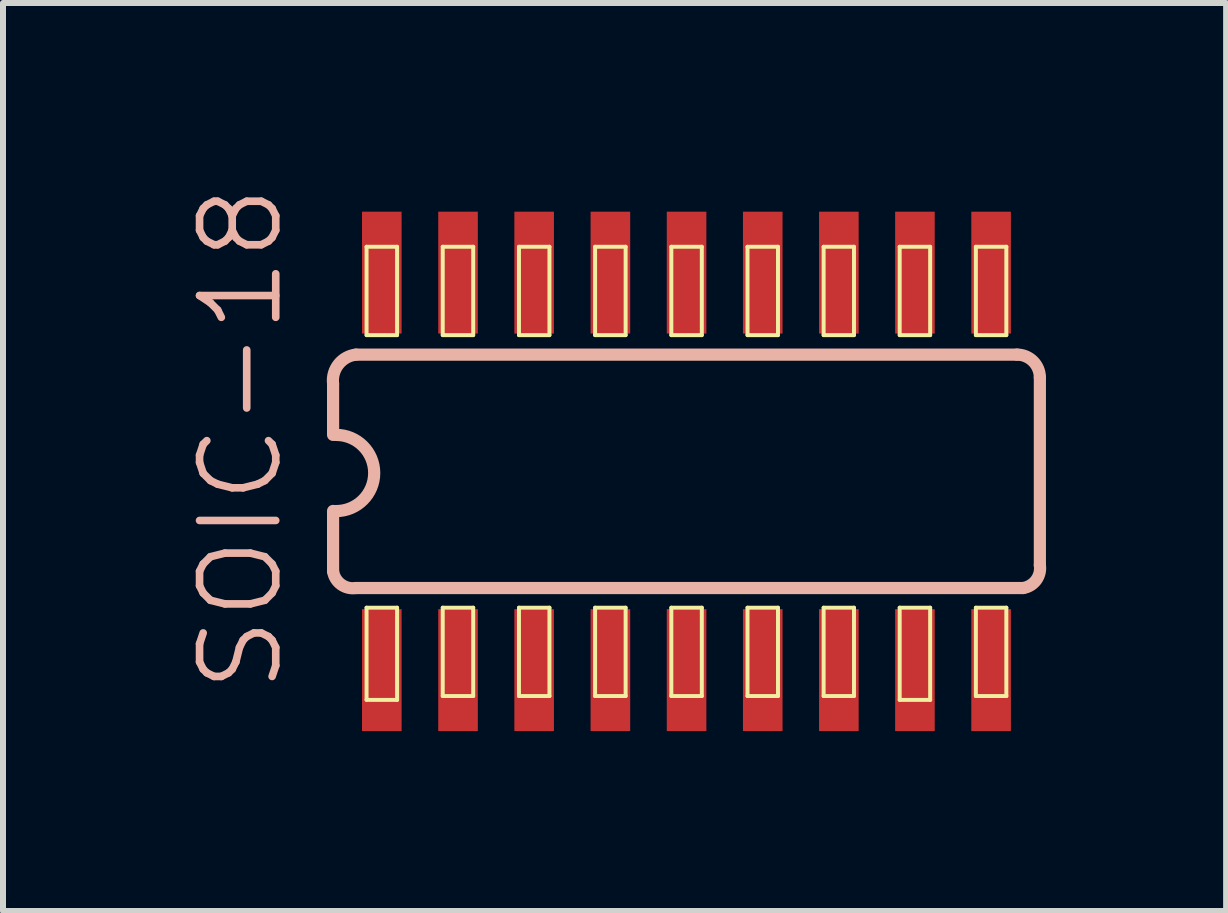
<source format=kicad_pcb>
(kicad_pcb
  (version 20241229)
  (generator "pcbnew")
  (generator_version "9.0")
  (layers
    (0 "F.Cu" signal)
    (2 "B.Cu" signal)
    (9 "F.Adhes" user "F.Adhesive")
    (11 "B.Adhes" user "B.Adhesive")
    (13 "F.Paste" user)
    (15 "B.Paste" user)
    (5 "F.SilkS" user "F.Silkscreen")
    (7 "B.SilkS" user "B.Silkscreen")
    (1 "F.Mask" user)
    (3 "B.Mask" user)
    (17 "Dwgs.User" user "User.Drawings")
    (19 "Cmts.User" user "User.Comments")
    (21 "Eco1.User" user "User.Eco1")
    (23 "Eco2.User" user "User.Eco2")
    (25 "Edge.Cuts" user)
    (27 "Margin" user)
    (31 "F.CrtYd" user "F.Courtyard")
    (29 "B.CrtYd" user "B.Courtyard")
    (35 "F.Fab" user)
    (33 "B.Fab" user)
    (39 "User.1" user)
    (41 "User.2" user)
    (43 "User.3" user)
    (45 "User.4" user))
  (footprint "SOIC-18"
    (layer "F.Cu")
    (at 10.999 4.838)
    (property "Reference" "SOIC-18" (at -10.033 -0.572 90) (layer "B.SilkS") (effects (font (size 1.27 1.27) (thickness 0.127))))
    (attr smd)
    (fp_line (start -7.938 -3.774) (end -7.429 -3.774) (stroke (width 0.066) (type solid)) (layer "F.SilkS"))
    (fp_line (start -7.938 -2.301) (end -7.938 -3.774) (stroke (width 0.066) (type solid)) (layer "F.SilkS"))
    (fp_line (start -7.938 -2.301) (end -7.429 -2.301) (stroke (width 0.066) (type solid)) (layer "F.SilkS"))
    (fp_line (start -7.938 2.243) (end -7.429 2.243) (stroke (width 0.066) (type solid)) (layer "F.SilkS"))
    (fp_line (start -7.938 3.78) (end -7.938 2.243) (stroke (width 0.066) (type solid)) (layer "F.SilkS"))
    (fp_line (start -7.938 3.78) (end -7.429 3.78) (stroke (width 0.066) (type solid)) (layer "F.SilkS"))
    (fp_line (start -7.429 -2.301) (end -7.429 -3.774) (stroke (width 0.066) (type solid)) (layer "F.SilkS"))
    (fp_line (start -7.429 3.78) (end -7.429 2.243) (stroke (width 0.066) (type solid)) (layer "F.SilkS"))
    (fp_line (start -6.668 -3.774) (end -6.16 -3.774) (stroke (width 0.066) (type solid)) (layer "F.SilkS"))
    (fp_line (start -6.668 -2.301) (end -6.668 -3.774) (stroke (width 0.066) (type solid)) (layer "F.SilkS"))
    (fp_line (start -6.668 -2.301) (end -6.16 -2.301) (stroke (width 0.066) (type solid)) (layer "F.SilkS"))
    (fp_line (start -6.668 2.243) (end -6.16 2.243) (stroke (width 0.066) (type solid)) (layer "F.SilkS"))
    (fp_line (start -6.668 3.716) (end -6.668 2.243) (stroke (width 0.066) (type solid)) (layer "F.SilkS"))
    (fp_line (start -6.668 3.716) (end -6.16 3.716) (stroke (width 0.066) (type solid)) (layer "F.SilkS"))
    (fp_line (start -6.16 -2.301) (end -6.16 -3.774) (stroke (width 0.066) (type solid)) (layer "F.SilkS"))
    (fp_line (start -6.16 3.716) (end -6.16 2.243) (stroke (width 0.066) (type solid)) (layer "F.SilkS"))
    (fp_line (start -5.397 -3.774) (end -4.889 -3.774) (stroke (width 0.066) (type solid)) (layer "F.SilkS"))
    (fp_line (start -5.397 -2.301) (end -5.397 -3.774) (stroke (width 0.066) (type solid)) (layer "F.SilkS"))
    (fp_line (start -5.397 -2.301) (end -4.889 -2.301) (stroke (width 0.066) (type solid)) (layer "F.SilkS"))
    (fp_line (start -5.397 2.243) (end -4.889 2.243) (stroke (width 0.066) (type solid)) (layer "F.SilkS"))
    (fp_line (start -5.397 3.716) (end -5.397 2.243) (stroke (width 0.066) (type solid)) (layer "F.SilkS"))
    (fp_line (start -5.397 3.716) (end -4.889 3.716) (stroke (width 0.066) (type solid)) (layer "F.SilkS"))
    (fp_line (start -4.889 -2.301) (end -4.889 -3.774) (stroke (width 0.066) (type solid)) (layer "F.SilkS"))
    (fp_line (start -4.889 3.716) (end -4.889 2.243) (stroke (width 0.066) (type solid)) (layer "F.SilkS"))
    (fp_line (start -4.128 -3.774) (end -3.619 -3.774) (stroke (width 0.066) (type solid)) (layer "F.SilkS"))
    (fp_line (start -4.128 -2.301) (end -4.128 -3.774) (stroke (width 0.066) (type solid)) (layer "F.SilkS"))
    (fp_line (start -4.128 -2.301) (end -3.619 -2.301) (stroke (width 0.066) (type solid)) (layer "F.SilkS"))
    (fp_line (start -4.128 2.243) (end -3.619 2.243) (stroke (width 0.066) (type solid)) (layer "F.SilkS"))
    (fp_line (start -4.128 3.716) (end -4.128 2.243) (stroke (width 0.066) (type solid)) (layer "F.SilkS"))
    (fp_line (start -4.128 3.716) (end -3.619 3.716) (stroke (width 0.066) (type solid)) (layer "F.SilkS"))
    (fp_line (start -3.619 -2.301) (end -3.619 -3.774) (stroke (width 0.066) (type solid)) (layer "F.SilkS"))
    (fp_line (start -3.619 3.716) (end -3.619 2.243) (stroke (width 0.066) (type solid)) (layer "F.SilkS"))
    (fp_line (start -2.857 -3.774) (end -2.349 -3.774) (stroke (width 0.066) (type solid)) (layer "F.SilkS"))
    (fp_line (start -2.857 -2.301) (end -2.857 -3.774) (stroke (width 0.066) (type solid)) (layer "F.SilkS"))
    (fp_line (start -2.857 -2.301) (end -2.349 -2.301) (stroke (width 0.066) (type solid)) (layer "F.SilkS"))
    (fp_line (start -2.857 2.243) (end -2.349 2.243) (stroke (width 0.066) (type solid)) (layer "F.SilkS"))
    (fp_line (start -2.857 3.716) (end -2.857 2.243) (stroke (width 0.066) (type solid)) (layer "F.SilkS"))
    (fp_line (start -2.857 3.716) (end -2.349 3.716) (stroke (width 0.066) (type solid)) (layer "F.SilkS"))
    (fp_line (start -2.349 -2.301) (end -2.349 -3.774) (stroke (width 0.066) (type solid)) (layer "F.SilkS"))
    (fp_line (start -2.349 3.716) (end -2.349 2.243) (stroke (width 0.066) (type solid)) (layer "F.SilkS"))
    (fp_line (start -1.587 -3.774) (end -1.079 -3.774) (stroke (width 0.066) (type solid)) (layer "F.SilkS"))
    (fp_line (start -1.587 -2.301) (end -1.587 -3.774) (stroke (width 0.066) (type solid)) (layer "F.SilkS"))
    (fp_line (start -1.587 -2.301) (end -1.079 -2.301) (stroke (width 0.066) (type solid)) (layer "F.SilkS"))
    (fp_line (start -1.587 2.243) (end -1.079 2.243) (stroke (width 0.066) (type solid)) (layer "F.SilkS"))
    (fp_line (start -1.587 3.716) (end -1.587 2.243) (stroke (width 0.066) (type solid)) (layer "F.SilkS"))
    (fp_line (start -1.587 3.716) (end -1.079 3.716) (stroke (width 0.066) (type solid)) (layer "F.SilkS"))
    (fp_line (start -1.079 -2.301) (end -1.079 -3.774) (stroke (width 0.066) (type solid)) (layer "F.SilkS"))
    (fp_line (start -1.079 3.716) (end -1.079 2.243) (stroke (width 0.066) (type solid)) (layer "F.SilkS"))
    (fp_line (start -0.318 -3.774) (end 0.188 -3.774) (stroke (width 0.066) (type solid)) (layer "F.SilkS"))
    (fp_line (start -0.318 -2.301) (end -0.318 -3.774) (stroke (width 0.066) (type solid)) (layer "F.SilkS"))
    (fp_line (start -0.318 -2.301) (end 0.188 -2.301) (stroke (width 0.066) (type solid)) (layer "F.SilkS"))
    (fp_line (start -0.318 2.243) (end 0.188 2.243) (stroke (width 0.066) (type solid)) (layer "F.SilkS"))
    (fp_line (start -0.318 3.716) (end -0.318 2.243) (stroke (width 0.066) (type solid)) (layer "F.SilkS"))
    (fp_line (start -0.318 3.716) (end 0.188 3.716) (stroke (width 0.066) (type solid)) (layer "F.SilkS"))
    (fp_line (start 0.188 -2.301) (end 0.188 -3.774) (stroke (width 0.066) (type solid)) (layer "F.SilkS"))
    (fp_line (start 0.188 3.716) (end 0.188 2.243) (stroke (width 0.066) (type solid)) (layer "F.SilkS"))
    (fp_line (start 0.95 -3.774) (end 1.458 -3.774) (stroke (width 0.066) (type solid)) (layer "F.SilkS"))
    (fp_line (start 0.95 -2.301) (end 0.95 -3.774) (stroke (width 0.066) (type solid)) (layer "F.SilkS"))
    (fp_line (start 0.95 -2.301) (end 1.458 -2.301) (stroke (width 0.066) (type solid)) (layer "F.SilkS"))
    (fp_line (start 0.95 2.243) (end 1.458 2.243) (stroke (width 0.066) (type solid)) (layer "F.SilkS"))
    (fp_line (start 0.95 3.78) (end 0.95 2.243) (stroke (width 0.066) (type solid)) (layer "F.SilkS"))
    (fp_line (start 0.95 3.78) (end 1.458 3.78) (stroke (width 0.066) (type solid)) (layer "F.SilkS"))
    (fp_line (start 1.458 -2.301) (end 1.458 -3.774) (stroke (width 0.066) (type solid)) (layer "F.SilkS"))
    (fp_line (start 1.458 3.78) (end 1.458 2.243) (stroke (width 0.066) (type solid)) (layer "F.SilkS"))
    (fp_line (start 2.22 -3.774) (end 2.728 -3.774) (stroke (width 0.066) (type solid)) (layer "F.SilkS"))
    (fp_line (start 2.22 -2.301) (end 2.22 -3.774) (stroke (width 0.066) (type solid)) (layer "F.SilkS"))
    (fp_line (start 2.22 -2.301) (end 2.728 -2.301) (stroke (width 0.066) (type solid)) (layer "F.SilkS"))
    (fp_line (start 2.22 2.243) (end 2.728 2.243) (stroke (width 0.066) (type solid)) (layer "F.SilkS"))
    (fp_line (start 2.22 3.716) (end 2.22 2.243) (stroke (width 0.066) (type solid)) (layer "F.SilkS"))
    (fp_line (start 2.22 3.716) (end 2.728 3.716) (stroke (width 0.066) (type solid)) (layer "F.SilkS"))
    (fp_line (start 2.728 -2.301) (end 2.728 -3.774) (stroke (width 0.066) (type solid)) (layer "F.SilkS"))
    (fp_line (start 2.728 3.716) (end 2.728 2.243) (stroke (width 0.066) (type solid)) (layer "F.SilkS"))
    (fp_line (start -8.496 -1.481) (end -8.496 -0.638) (stroke (width 0.203) (type solid)) (layer "B.SilkS"))
    (fp_line (start -8.496 1.633) (end -8.496 0.63) (stroke (width 0.203) (type solid)) (layer "B.SilkS"))
    (fp_line (start -8.115 1.915) (end 3.005 1.915) (stroke (width 0.203) (type solid)) (layer "B.SilkS"))
    (fp_line (start 2.906 -1.976) (end -8.115 -1.976) (stroke (width 0.203) (type solid)) (layer "B.SilkS"))
    (fp_line (start 3.287 1.534) (end 3.287 -1.595) (stroke (width 0.203) (type solid)) (layer "B.SilkS"))
    (fp_arc (start -8.4963 -1.49352) (mid -8.40575 -1.813728) (end -8.1153 -1.97612) (stroke (width 0.2032) (type solid)) (layer "B.SilkS"))
    (fp_arc (start -8.4455 -0.63754) (mid -7.8105 -0.00254) (end -8.4455 0.63246) (stroke (width 0.2032) (type solid)) (layer "B.SilkS"))
    (fp_arc (start -8.1153 1.91516) (mid -8.363666 1.854368) (end -8.4963 1.63576) (stroke (width 0.2032) (type solid)) (layer "B.SilkS"))
    (fp_arc (start 2.90576 -1.97612) (mid 3.175168 -1.864528) (end 3.28676 -1.59512) (stroke (width 0.2032) (type solid)) (layer "B.SilkS"))
    (fp_arc (start 3.28676 1.53416) (mid 3.225968 1.782526) (end 3.00736 1.91516) (stroke (width 0.2032) (type solid)) (layer "B.SilkS"))
    (pad "1" smd rect (at -7.684 3.284) (size 0.66 2.032) (layers "F.Cu" "F.Mask" "F.Paste"))
    (pad "2" smd rect (at -6.413 3.284) (size 0.66 2.032) (layers "F.Cu" "F.Mask" "F.Paste"))
    (pad "3" smd rect (at -5.144 3.284) (size 0.66 2.032) (layers "F.Cu" "F.Mask" "F.Paste"))
    (pad "4" smd rect (at -3.873 3.284) (size 0.66 2.032) (layers "F.Cu" "F.Mask" "F.Paste"))
    (pad "5" smd rect (at -2.603 3.284) (size 0.66 2.032) (layers "F.Cu" "F.Mask" "F.Paste"))
    (pad "6" smd rect (at -1.333 3.284) (size 0.66 2.032) (layers "F.Cu" "F.Mask" "F.Paste"))
    (pad "7" smd rect (at -0.064 3.284) (size 0.66 2.032) (layers "F.Cu" "F.Mask" "F.Paste"))
    (pad "8" smd rect (at 1.204 3.284) (size 0.66 2.032) (layers "F.Cu" "F.Mask" "F.Paste"))
    (pad "9" smd rect (at 2.474 3.284) (size 0.66 2.032) (layers "F.Cu" "F.Mask" "F.Paste"))
    (pad "10" smd rect (at 2.474 -3.343) (size 0.66 2.032) (layers "F.Cu" "F.Mask" "F.Paste"))
    (pad "11" smd rect (at 1.204 -3.343) (size 0.66 2.032) (layers "F.Cu" "F.Mask" "F.Paste"))
    (pad "12" smd rect (at -0.064 -3.343) (size 0.66 2.032) (layers "F.Cu" "F.Mask" "F.Paste"))
    (pad "13" smd rect (at -1.333 -3.343) (size 0.66 2.032) (layers "F.Cu" "F.Mask" "F.Paste"))
    (pad "14" smd rect (at -2.603 -3.343) (size 0.66 2.032) (layers "F.Cu" "F.Mask" "F.Paste"))
    (pad "15" smd rect (at -3.873 -3.343) (size 0.66 2.032) (layers "F.Cu" "F.Mask" "F.Paste"))
    (pad "16" smd rect (at -5.144 -3.343) (size 0.66 2.032) (layers "F.Cu" "F.Mask" "F.Paste"))
    (pad "17" smd rect (at -6.413 -3.343) (size 0.66 2.032) (layers "F.Cu" "F.Mask" "F.Paste"))
    (pad "18" smd rect (at -7.684 -3.343) (size 0.66 2.032) (layers "F.Cu" "F.Mask" "F.Paste")))
  (gr_rect
    (start -3 -3)
    (end 17.391 12.138)
    (stroke (width 0.1) (type default))
    (fill no)
    (layer "Edge.Cuts")))
</source>
